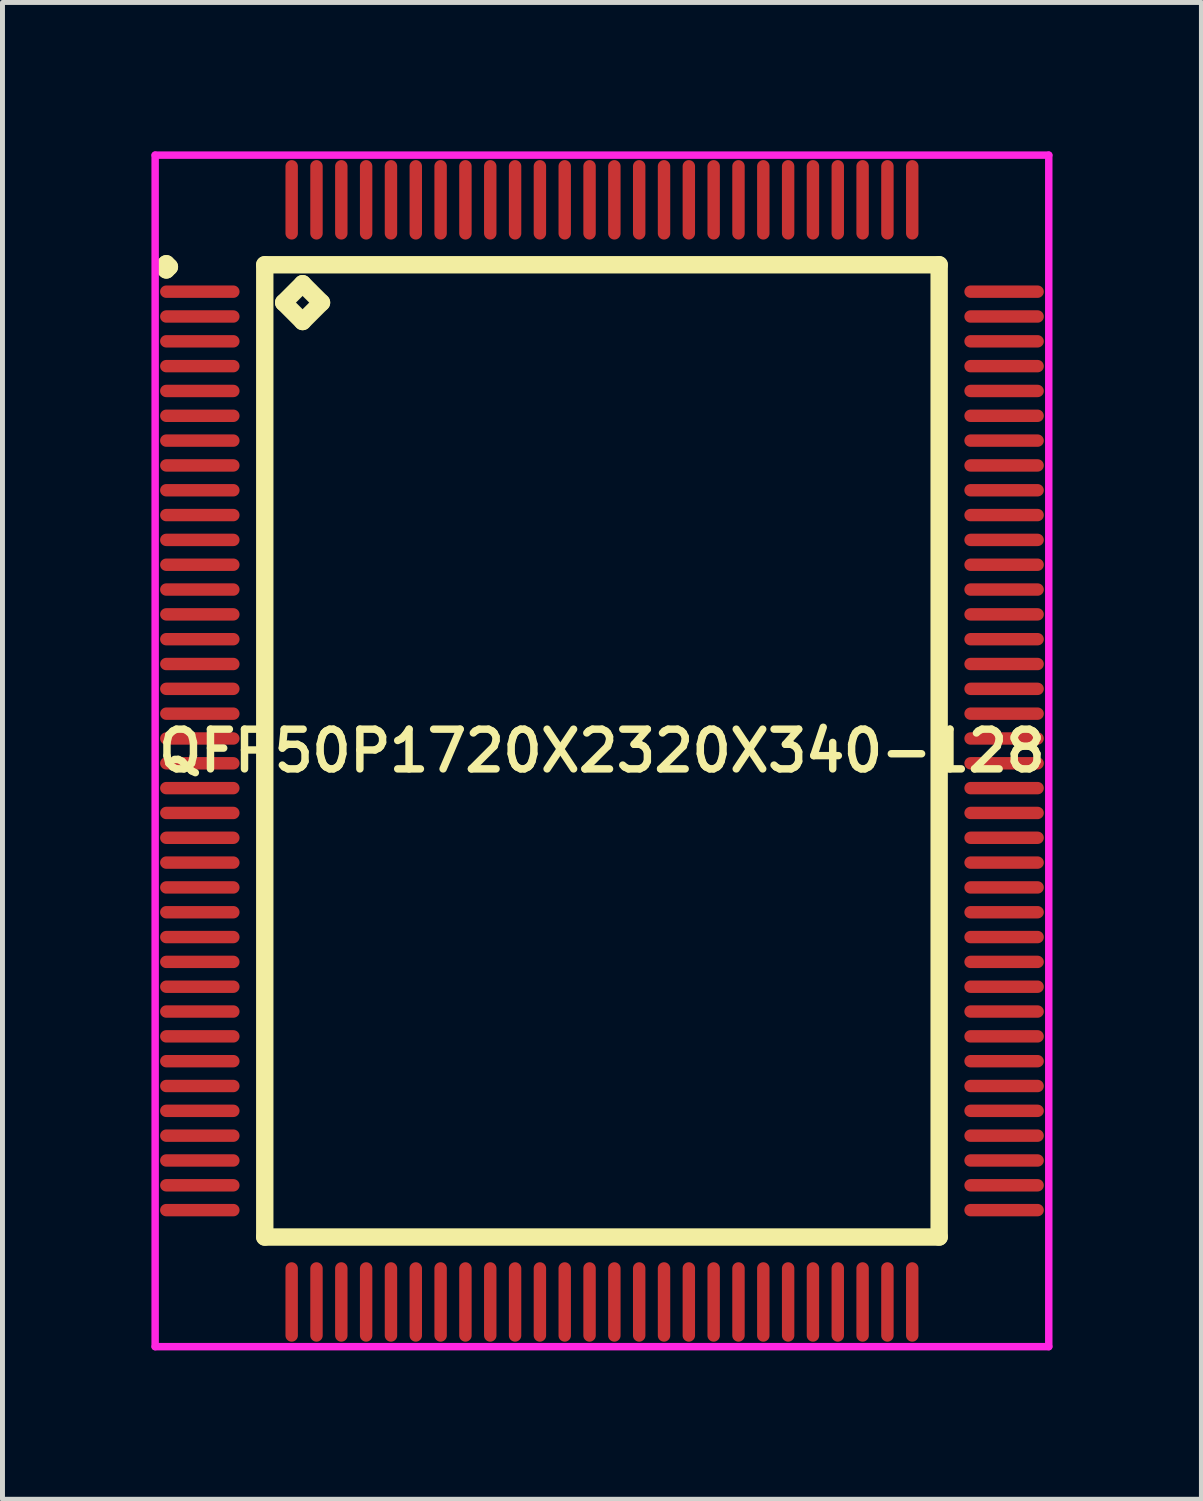
<source format=kicad_pcb>
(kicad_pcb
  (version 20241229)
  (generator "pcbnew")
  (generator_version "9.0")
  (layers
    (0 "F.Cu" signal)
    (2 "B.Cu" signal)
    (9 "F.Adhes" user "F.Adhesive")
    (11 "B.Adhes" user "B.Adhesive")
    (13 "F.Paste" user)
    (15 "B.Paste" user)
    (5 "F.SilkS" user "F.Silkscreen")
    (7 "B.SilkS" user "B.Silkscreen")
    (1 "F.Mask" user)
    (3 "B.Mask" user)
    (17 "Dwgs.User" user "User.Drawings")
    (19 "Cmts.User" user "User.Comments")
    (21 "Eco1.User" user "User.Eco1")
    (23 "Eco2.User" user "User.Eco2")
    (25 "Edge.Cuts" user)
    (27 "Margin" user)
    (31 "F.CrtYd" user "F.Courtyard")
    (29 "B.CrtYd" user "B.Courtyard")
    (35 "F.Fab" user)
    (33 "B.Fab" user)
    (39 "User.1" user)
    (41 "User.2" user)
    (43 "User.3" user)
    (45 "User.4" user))
  (footprint "QFP50P1720X2320X340-128"
    (layer "F.Cu")
    (at 9.075 12.075)
    (property "Reference" "QFP50P1720X2320X340-128" (at 0 0 0) (layer "F.SilkS") (effects (font (size 0.8 0.8) (thickness 0.15))))
    (attr smd)
    (fp_line (start -8.838 -9.75) (end -8.775 -9.812) (stroke (width 0.35) (type solid)) (layer "F.SilkS"))
    (fp_line (start -8.775 -9.812) (end -8.713 -9.75) (stroke (width 0.35) (type solid)) (layer "F.SilkS"))
    (fp_line (start -8.775 -9.688) (end -8.838 -9.75) (stroke (width 0.35) (type solid)) (layer "F.SilkS"))
    (fp_line (start -8.713 -9.75) (end -8.775 -9.688) (stroke (width 0.35) (type solid)) (layer "F.SilkS"))
    (fp_line (start -6.792 -9.792) (end -6.792 9.792) (stroke (width 0.35) (type solid)) (layer "F.SilkS"))
    (fp_line (start -6.792 9.792) (end 6.792 9.792) (stroke (width 0.35) (type solid)) (layer "F.SilkS"))
    (fp_line (start -6.411 -9.03) (end -6.03 -9.411) (stroke (width 0.35) (type solid)) (layer "F.SilkS"))
    (fp_line (start -6.03 -9.411) (end -5.649 -9.03) (stroke (width 0.35) (type solid)) (layer "F.SilkS"))
    (fp_line (start -6.03 -8.649) (end -6.411 -9.03) (stroke (width 0.35) (type solid)) (layer "F.SilkS"))
    (fp_line (start -5.649 -9.03) (end -6.03 -8.649) (stroke (width 0.35) (type solid)) (layer "F.SilkS"))
    (fp_line (start 6.792 -9.792) (end -6.792 -9.792) (stroke (width 0.35) (type solid)) (layer "F.SilkS"))
    (fp_line (start 6.792 9.792) (end 6.792 -9.792) (stroke (width 0.35) (type solid)) (layer "F.SilkS"))
    (fp_line (start -9 -12) (end 9 -12) (stroke (width 0.15) (type solid)) (layer "F.CrtYd"))
    (fp_line (start -9 12) (end -9 -12) (stroke (width 0.15) (type solid)) (layer "F.CrtYd"))
    (fp_line (start 9 -12) (end 9 12) (stroke (width 0.15) (type solid)) (layer "F.CrtYd"))
    (fp_line (start 9 12) (end -9 12) (stroke (width 0.15) (type solid)) (layer "F.CrtYd"))
    (pad "1" smd oval (at -8.1 -9.25) (size 1.6 0.25) (layers "F.Cu" "F.Mask" "F.Paste"))
    (pad "2" smd oval (at -8.1 -8.75) (size 1.6 0.25) (layers "F.Cu" "F.Mask" "F.Paste"))
    (pad "3" smd oval (at -8.1 -8.25) (size 1.6 0.25) (layers "F.Cu" "F.Mask" "F.Paste"))
    (pad "4" smd oval (at -8.1 -7.75) (size 1.6 0.25) (layers "F.Cu" "F.Mask" "F.Paste"))
    (pad "5" smd oval (at -8.1 -7.25) (size 1.6 0.25) (layers "F.Cu" "F.Mask" "F.Paste"))
    (pad "6" smd oval (at -8.1 -6.75) (size 1.6 0.25) (layers "F.Cu" "F.Mask" "F.Paste"))
    (pad "7" smd oval (at -8.1 -6.25) (size 1.6 0.25) (layers "F.Cu" "F.Mask" "F.Paste"))
    (pad "8" smd oval (at -8.1 -5.75) (size 1.6 0.25) (layers "F.Cu" "F.Mask" "F.Paste"))
    (pad "9" smd oval (at -8.1 -5.25) (size 1.6 0.25) (layers "F.Cu" "F.Mask" "F.Paste"))
    (pad "10" smd oval (at -8.1 -4.75) (size 1.6 0.25) (layers "F.Cu" "F.Mask" "F.Paste"))
    (pad "11" smd oval (at -8.1 -4.25) (size 1.6 0.25) (layers "F.Cu" "F.Mask" "F.Paste"))
    (pad "12" smd oval (at -8.1 -3.75) (size 1.6 0.25) (layers "F.Cu" "F.Mask" "F.Paste"))
    (pad "13" smd oval (at -8.1 -3.25) (size 1.6 0.25) (layers "F.Cu" "F.Mask" "F.Paste"))
    (pad "14" smd oval (at -8.1 -2.75) (size 1.6 0.25) (layers "F.Cu" "F.Mask" "F.Paste"))
    (pad "15" smd oval (at -8.1 -2.25) (size 1.6 0.25) (layers "F.Cu" "F.Mask" "F.Paste"))
    (pad "16" smd oval (at -8.1 -1.75) (size 1.6 0.25) (layers "F.Cu" "F.Mask" "F.Paste"))
    (pad "17" smd oval (at -8.1 -1.25) (size 1.6 0.25) (layers "F.Cu" "F.Mask" "F.Paste"))
    (pad "18" smd oval (at -8.1 -0.75) (size 1.6 0.25) (layers "F.Cu" "F.Mask" "F.Paste"))
    (pad "19" smd oval (at -8.1 -0.25) (size 1.6 0.25) (layers "F.Cu" "F.Mask" "F.Paste"))
    (pad "20" smd oval (at -8.1 0.25) (size 1.6 0.25) (layers "F.Cu" "F.Mask" "F.Paste"))
    (pad "21" smd oval (at -8.1 0.75) (size 1.6 0.25) (layers "F.Cu" "F.Mask" "F.Paste"))
    (pad "22" smd oval (at -8.1 1.25) (size 1.6 0.25) (layers "F.Cu" "F.Mask" "F.Paste"))
    (pad "23" smd oval (at -8.1 1.75) (size 1.6 0.25) (layers "F.Cu" "F.Mask" "F.Paste"))
    (pad "24" smd oval (at -8.1 2.25) (size 1.6 0.25) (layers "F.Cu" "F.Mask" "F.Paste"))
    (pad "25" smd oval (at -8.1 2.75) (size 1.6 0.25) (layers "F.Cu" "F.Mask" "F.Paste"))
    (pad "26" smd oval (at -8.1 3.25) (size 1.6 0.25) (layers "F.Cu" "F.Mask" "F.Paste"))
    (pad "27" smd oval (at -8.1 3.75) (size 1.6 0.25) (layers "F.Cu" "F.Mask" "F.Paste"))
    (pad "28" smd oval (at -8.1 4.25) (size 1.6 0.25) (layers "F.Cu" "F.Mask" "F.Paste"))
    (pad "29" smd oval (at -8.1 4.75) (size 1.6 0.25) (layers "F.Cu" "F.Mask" "F.Paste"))
    (pad "30" smd oval (at -8.1 5.25) (size 1.6 0.25) (layers "F.Cu" "F.Mask" "F.Paste"))
    (pad "31" smd oval (at -8.1 5.75) (size 1.6 0.25) (layers "F.Cu" "F.Mask" "F.Paste"))
    (pad "32" smd oval (at -8.1 6.25) (size 1.6 0.25) (layers "F.Cu" "F.Mask" "F.Paste"))
    (pad "33" smd oval (at -8.1 6.75) (size 1.6 0.25) (layers "F.Cu" "F.Mask" "F.Paste"))
    (pad "34" smd oval (at -8.1 7.25) (size 1.6 0.25) (layers "F.Cu" "F.Mask" "F.Paste"))
    (pad "35" smd oval (at -8.1 7.75) (size 1.6 0.25) (layers "F.Cu" "F.Mask" "F.Paste"))
    (pad "36" smd oval (at -8.1 8.25) (size 1.6 0.25) (layers "F.Cu" "F.Mask" "F.Paste"))
    (pad "37" smd oval (at -8.1 8.75) (size 1.6 0.25) (layers "F.Cu" "F.Mask" "F.Paste"))
    (pad "38" smd oval (at -8.1 9.25) (size 1.6 0.25) (layers "F.Cu" "F.Mask" "F.Paste"))
    (pad "39" smd oval (at -6.25 11.1) (size 0.25 1.6) (layers "F.Cu" "F.Mask" "F.Paste"))
    (pad "40" smd oval (at -5.75 11.1) (size 0.25 1.6) (layers "F.Cu" "F.Mask" "F.Paste"))
    (pad "41" smd oval (at -5.25 11.1) (size 0.25 1.6) (layers "F.Cu" "F.Mask" "F.Paste"))
    (pad "42" smd oval (at -4.75 11.1) (size 0.25 1.6) (layers "F.Cu" "F.Mask" "F.Paste"))
    (pad "43" smd oval (at -4.25 11.1) (size 0.25 1.6) (layers "F.Cu" "F.Mask" "F.Paste"))
    (pad "44" smd oval (at -3.75 11.1) (size 0.25 1.6) (layers "F.Cu" "F.Mask" "F.Paste"))
    (pad "45" smd oval (at -3.25 11.1) (size 0.25 1.6) (layers "F.Cu" "F.Mask" "F.Paste"))
    (pad "46" smd oval (at -2.75 11.1) (size 0.25 1.6) (layers "F.Cu" "F.Mask" "F.Paste"))
    (pad "47" smd oval (at -2.25 11.1) (size 0.25 1.6) (layers "F.Cu" "F.Mask" "F.Paste"))
    (pad "48" smd oval (at -1.75 11.1) (size 0.25 1.6) (layers "F.Cu" "F.Mask" "F.Paste"))
    (pad "49" smd oval (at -1.25 11.1) (size 0.25 1.6) (layers "F.Cu" "F.Mask" "F.Paste"))
    (pad "50" smd oval (at -0.75 11.1) (size 0.25 1.6) (layers "F.Cu" "F.Mask" "F.Paste"))
    (pad "51" smd oval (at -0.25 11.1) (size 0.25 1.6) (layers "F.Cu" "F.Mask" "F.Paste"))
    (pad "52" smd oval (at 0.25 11.1) (size 0.25 1.6) (layers "F.Cu" "F.Mask" "F.Paste"))
    (pad "53" smd oval (at 0.75 11.1) (size 0.25 1.6) (layers "F.Cu" "F.Mask" "F.Paste"))
    (pad "54" smd oval (at 1.25 11.1) (size 0.25 1.6) (layers "F.Cu" "F.Mask" "F.Paste"))
    (pad "55" smd oval (at 1.75 11.1) (size 0.25 1.6) (layers "F.Cu" "F.Mask" "F.Paste"))
    (pad "56" smd oval (at 2.25 11.1) (size 0.25 1.6) (layers "F.Cu" "F.Mask" "F.Paste"))
    (pad "57" smd oval (at 2.75 11.1) (size 0.25 1.6) (layers "F.Cu" "F.Mask" "F.Paste"))
    (pad "58" smd oval (at 3.25 11.1) (size 0.25 1.6) (layers "F.Cu" "F.Mask" "F.Paste"))
    (pad "59" smd oval (at 3.75 11.1) (size 0.25 1.6) (layers "F.Cu" "F.Mask" "F.Paste"))
    (pad "60" smd oval (at 4.25 11.1) (size 0.25 1.6) (layers "F.Cu" "F.Mask" "F.Paste"))
    (pad "61" smd oval (at 4.75 11.1) (size 0.25 1.6) (layers "F.Cu" "F.Mask" "F.Paste"))
    (pad "62" smd oval (at 5.25 11.1) (size 0.25 1.6) (layers "F.Cu" "F.Mask" "F.Paste"))
    (pad "63" smd oval (at 5.75 11.1) (size 0.25 1.6) (layers "F.Cu" "F.Mask" "F.Paste"))
    (pad "64" smd oval (at 6.25 11.1) (size 0.25 1.6) (layers "F.Cu" "F.Mask" "F.Paste"))
    (pad "65" smd oval (at 8.1 9.25) (size 1.6 0.25) (layers "F.Cu" "F.Mask" "F.Paste"))
    (pad "66" smd oval (at 8.1 8.75) (size 1.6 0.25) (layers "F.Cu" "F.Mask" "F.Paste"))
    (pad "67" smd oval (at 8.1 8.25) (size 1.6 0.25) (layers "F.Cu" "F.Mask" "F.Paste"))
    (pad "68" smd oval (at 8.1 7.75) (size 1.6 0.25) (layers "F.Cu" "F.Mask" "F.Paste"))
    (pad "69" smd oval (at 8.1 7.25) (size 1.6 0.25) (layers "F.Cu" "F.Mask" "F.Paste"))
    (pad "70" smd oval (at 8.1 6.75) (size 1.6 0.25) (layers "F.Cu" "F.Mask" "F.Paste"))
    (pad "71" smd oval (at 8.1 6.25) (size 1.6 0.25) (layers "F.Cu" "F.Mask" "F.Paste"))
    (pad "72" smd oval (at 8.1 5.75) (size 1.6 0.25) (layers "F.Cu" "F.Mask" "F.Paste"))
    (pad "73" smd oval (at 8.1 5.25) (size 1.6 0.25) (layers "F.Cu" "F.Mask" "F.Paste"))
    (pad "74" smd oval (at 8.1 4.75) (size 1.6 0.25) (layers "F.Cu" "F.Mask" "F.Paste"))
    (pad "75" smd oval (at 8.1 4.25) (size 1.6 0.25) (layers "F.Cu" "F.Mask" "F.Paste"))
    (pad "76" smd oval (at 8.1 3.75) (size 1.6 0.25) (layers "F.Cu" "F.Mask" "F.Paste"))
    (pad "77" smd oval (at 8.1 3.25) (size 1.6 0.25) (layers "F.Cu" "F.Mask" "F.Paste"))
    (pad "78" smd oval (at 8.1 2.75) (size 1.6 0.25) (layers "F.Cu" "F.Mask" "F.Paste"))
    (pad "79" smd oval (at 8.1 2.25) (size 1.6 0.25) (layers "F.Cu" "F.Mask" "F.Paste"))
    (pad "80" smd oval (at 8.1 1.75) (size 1.6 0.25) (layers "F.Cu" "F.Mask" "F.Paste"))
    (pad "81" smd oval (at 8.1 1.25) (size 1.6 0.25) (layers "F.Cu" "F.Mask" "F.Paste"))
    (pad "82" smd oval (at 8.1 0.75) (size 1.6 0.25) (layers "F.Cu" "F.Mask" "F.Paste"))
    (pad "83" smd oval (at 8.1 0.25) (size 1.6 0.25) (layers "F.Cu" "F.Mask" "F.Paste"))
    (pad "84" smd oval (at 8.1 -0.25) (size 1.6 0.25) (layers "F.Cu" "F.Mask" "F.Paste"))
    (pad "85" smd oval (at 8.1 -0.75) (size 1.6 0.25) (layers "F.Cu" "F.Mask" "F.Paste"))
    (pad "86" smd oval (at 8.1 -1.25) (size 1.6 0.25) (layers "F.Cu" "F.Mask" "F.Paste"))
    (pad "87" smd oval (at 8.1 -1.75) (size 1.6 0.25) (layers "F.Cu" "F.Mask" "F.Paste"))
    (pad "88" smd oval (at 8.1 -2.25) (size 1.6 0.25) (layers "F.Cu" "F.Mask" "F.Paste"))
    (pad "89" smd oval (at 8.1 -2.75) (size 1.6 0.25) (layers "F.Cu" "F.Mask" "F.Paste"))
    (pad "90" smd oval (at 8.1 -3.25) (size 1.6 0.25) (layers "F.Cu" "F.Mask" "F.Paste"))
    (pad "91" smd oval (at 8.1 -3.75) (size 1.6 0.25) (layers "F.Cu" "F.Mask" "F.Paste"))
    (pad "92" smd oval (at 8.1 -4.25) (size 1.6 0.25) (layers "F.Cu" "F.Mask" "F.Paste"))
    (pad "93" smd oval (at 8.1 -4.75) (size 1.6 0.25) (layers "F.Cu" "F.Mask" "F.Paste"))
    (pad "94" smd oval (at 8.1 -5.25) (size 1.6 0.25) (layers "F.Cu" "F.Mask" "F.Paste"))
    (pad "95" smd oval (at 8.1 -5.75) (size 1.6 0.25) (layers "F.Cu" "F.Mask" "F.Paste"))
    (pad "96" smd oval (at 8.1 -6.25) (size 1.6 0.25) (layers "F.Cu" "F.Mask" "F.Paste"))
    (pad "97" smd oval (at 8.1 -6.75) (size 1.6 0.25) (layers "F.Cu" "F.Mask" "F.Paste"))
    (pad "98" smd oval (at 8.1 -7.25) (size 1.6 0.25) (layers "F.Cu" "F.Mask" "F.Paste"))
    (pad "99" smd oval (at 8.1 -7.75) (size 1.6 0.25) (layers "F.Cu" "F.Mask" "F.Paste"))
    (pad "100" smd oval (at 8.1 -8.25) (size 1.6 0.25) (layers "F.Cu" "F.Mask" "F.Paste"))
    (pad "101" smd oval (at 8.1 -8.75) (size 1.6 0.25) (layers "F.Cu" "F.Mask" "F.Paste"))
    (pad "102" smd oval (at 8.1 -9.25) (size 1.6 0.25) (layers "F.Cu" "F.Mask" "F.Paste"))
    (pad "103" smd oval (at 6.25 -11.1) (size 0.25 1.6) (layers "F.Cu" "F.Mask" "F.Paste"))
    (pad "104" smd oval (at 5.75 -11.1) (size 0.25 1.6) (layers "F.Cu" "F.Mask" "F.Paste"))
    (pad "105" smd oval (at 5.25 -11.1) (size 0.25 1.6) (layers "F.Cu" "F.Mask" "F.Paste"))
    (pad "106" smd oval (at 4.75 -11.1) (size 0.25 1.6) (layers "F.Cu" "F.Mask" "F.Paste"))
    (pad "107" smd oval (at 4.25 -11.1) (size 0.25 1.6) (layers "F.Cu" "F.Mask" "F.Paste"))
    (pad "108" smd oval (at 3.75 -11.1) (size 0.25 1.6) (layers "F.Cu" "F.Mask" "F.Paste"))
    (pad "109" smd oval (at 3.25 -11.1) (size 0.25 1.6) (layers "F.Cu" "F.Mask" "F.Paste"))
    (pad "110" smd oval (at 2.75 -11.1) (size 0.25 1.6) (layers "F.Cu" "F.Mask" "F.Paste"))
    (pad "111" smd oval (at 2.25 -11.1) (size 0.25 1.6) (layers "F.Cu" "F.Mask" "F.Paste"))
    (pad "112" smd oval (at 1.75 -11.1) (size 0.25 1.6) (layers "F.Cu" "F.Mask" "F.Paste"))
    (pad "113" smd oval (at 1.25 -11.1) (size 0.25 1.6) (layers "F.Cu" "F.Mask" "F.Paste"))
    (pad "114" smd oval (at 0.75 -11.1) (size 0.25 1.6) (layers "F.Cu" "F.Mask" "F.Paste"))
    (pad "115" smd oval (at 0.25 -11.1) (size 0.25 1.6) (layers "F.Cu" "F.Mask" "F.Paste"))
    (pad "116" smd oval (at -0.25 -11.1) (size 0.25 1.6) (layers "F.Cu" "F.Mask" "F.Paste"))
    (pad "117" smd oval (at -0.75 -11.1) (size 0.25 1.6) (layers "F.Cu" "F.Mask" "F.Paste"))
    (pad "118" smd oval (at -1.25 -11.1) (size 0.25 1.6) (layers "F.Cu" "F.Mask" "F.Paste"))
    (pad "119" smd oval (at -1.75 -11.1) (size 0.25 1.6) (layers "F.Cu" "F.Mask" "F.Paste"))
    (pad "120" smd oval (at -2.25 -11.1) (size 0.25 1.6) (layers "F.Cu" "F.Mask" "F.Paste"))
    (pad "121" smd oval (at -2.75 -11.1) (size 0.25 1.6) (layers "F.Cu" "F.Mask" "F.Paste"))
    (pad "122" smd oval (at -3.25 -11.1) (size 0.25 1.6) (layers "F.Cu" "F.Mask" "F.Paste"))
    (pad "123" smd oval (at -3.75 -11.1) (size 0.25 1.6) (layers "F.Cu" "F.Mask" "F.Paste"))
    (pad "124" smd oval (at -4.25 -11.1) (size 0.25 1.6) (layers "F.Cu" "F.Mask" "F.Paste"))
    (pad "125" smd oval (at -4.75 -11.1) (size 0.25 1.6) (layers "F.Cu" "F.Mask" "F.Paste"))
    (pad "126" smd oval (at -5.25 -11.1) (size 0.25 1.6) (layers "F.Cu" "F.Mask" "F.Paste"))
    (pad "127" smd oval (at -5.75 -11.1) (size 0.25 1.6) (layers "F.Cu" "F.Mask" "F.Paste"))
    (pad "128" smd oval (at -6.25 -11.1) (size 0.25 1.6) (layers "F.Cu" "F.Mask" "F.Paste")))
  (gr_rect
    (start -3 -3)
    (end 21.15 27.15)
    (stroke (width 0.1) (type default))
    (fill no)
    (layer "Edge.Cuts")))
</source>
